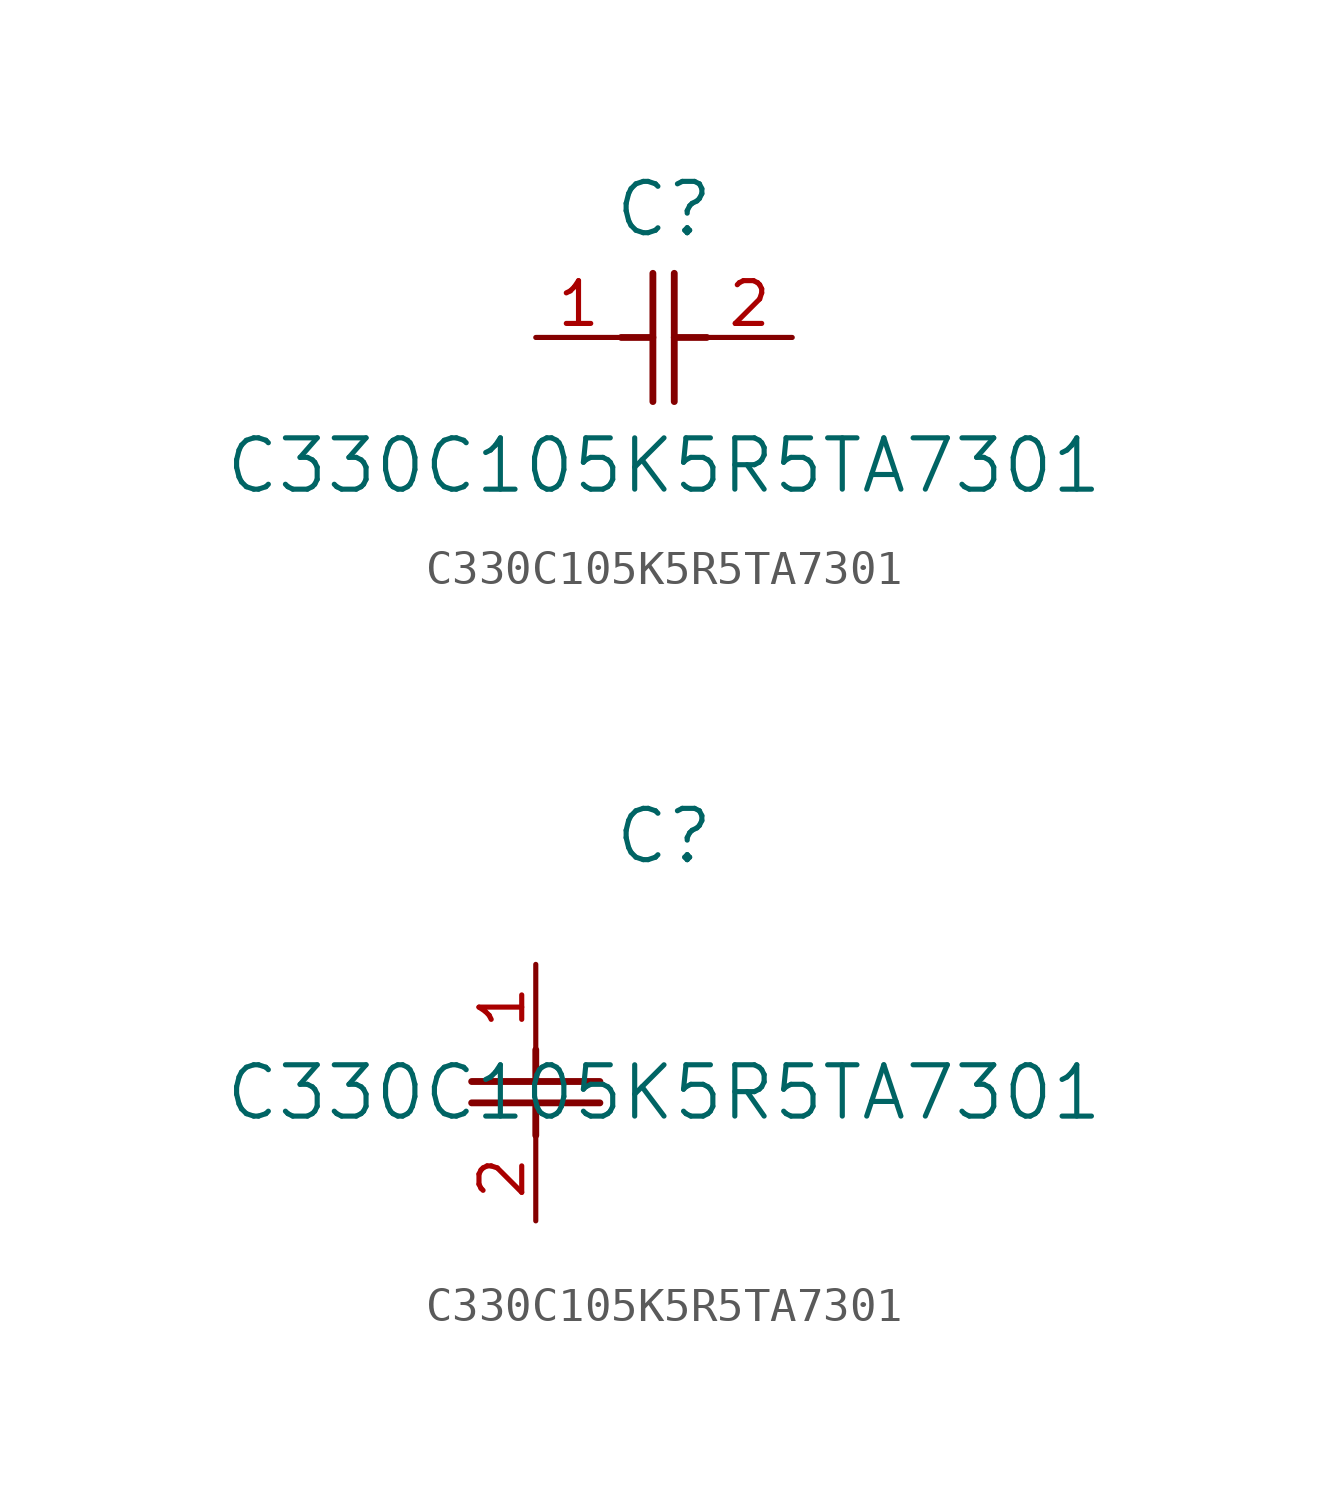
<source format=kicad_sym>
(kicad_symbol_lib
  (version 20211014)
  (generator kicad_symbol_editor)
  (symbol "C330C105K5R5TA7301"
    (pin_names
      (offset 0.254))
    (property "Reference" "C"
      (at 3.81 3.81 0)
      (effects (font (size 1.524 1.524))))
    (property "Value" "C330C105K5R5TA7301"
      (at 3.81 -3.81 0)
      (effects (font (size 1.524 1.524))))
    (symbol "C330C105K5R5TA7301_1_1"
      (polyline (pts (xy 3.48 -1.905) (xy 3.48 1.905)) (stroke (width 0.203) (type default) (color 0 0 0 0)) (fill (type none)))
      (polyline (pts (xy 4.115 -1.905) (xy 4.115 1.905)) (stroke (width 0.203) (type default) (color 0 0 0 0)) (fill (type none)))
      (polyline (pts (xy 4.115 0) (xy 5.08 0)) (stroke (width 0.203) (type default) (color 0 0 0 0)) (fill (type none)))
      (polyline (pts (xy 2.54 0) (xy 3.48 0)) (stroke (width 0.203) (type default) (color 0 0 0 0)) (fill (type none)))
      (pin unspecified line (at 0 0 0) (length 2.54) (name "" (effects (font (size 1.27 1.27)))) (number "1" (effects (font (size 1.27 1.27)))))
      (pin unspecified line (at 7.62 0 180) (length 2.54) (name "" (effects (font (size 1.27 1.27)))) (number "2" (effects (font (size 1.27 1.27))))))
    (symbol "C330C105K5R5TA7301_1_2"
      (polyline (pts (xy -1.905 -3.48) (xy 1.905 -3.48)) (stroke (width 0.203) (type default) (color 0 0 0 0)) (fill (type none)))
      (polyline (pts (xy -1.905 -4.115) (xy 1.905 -4.115)) (stroke (width 0.203) (type default) (color 0 0 0 0)) (fill (type none)))
      (polyline (pts (xy 0 -4.115) (xy 0 -5.08)) (stroke (width 0.203) (type default) (color 0 0 0 0)) (fill (type none)))
      (polyline (pts (xy 0 -2.54) (xy 0 -3.48)) (stroke (width 0.203) (type default) (color 0 0 0 0)) (fill (type none)))
      (pin unspecified line (at 0 0 270) (length 2.54) (name "" (effects (font (size 1.27 1.27)))) (number "1" (effects (font (size 1.27 1.27)))))
      (pin unspecified line (at 0 -7.62 90) (length 2.54) (name "" (effects (font (size 1.27 1.27)))) (number "2" (effects (font (size 1.27 1.27))))))))
</source>
